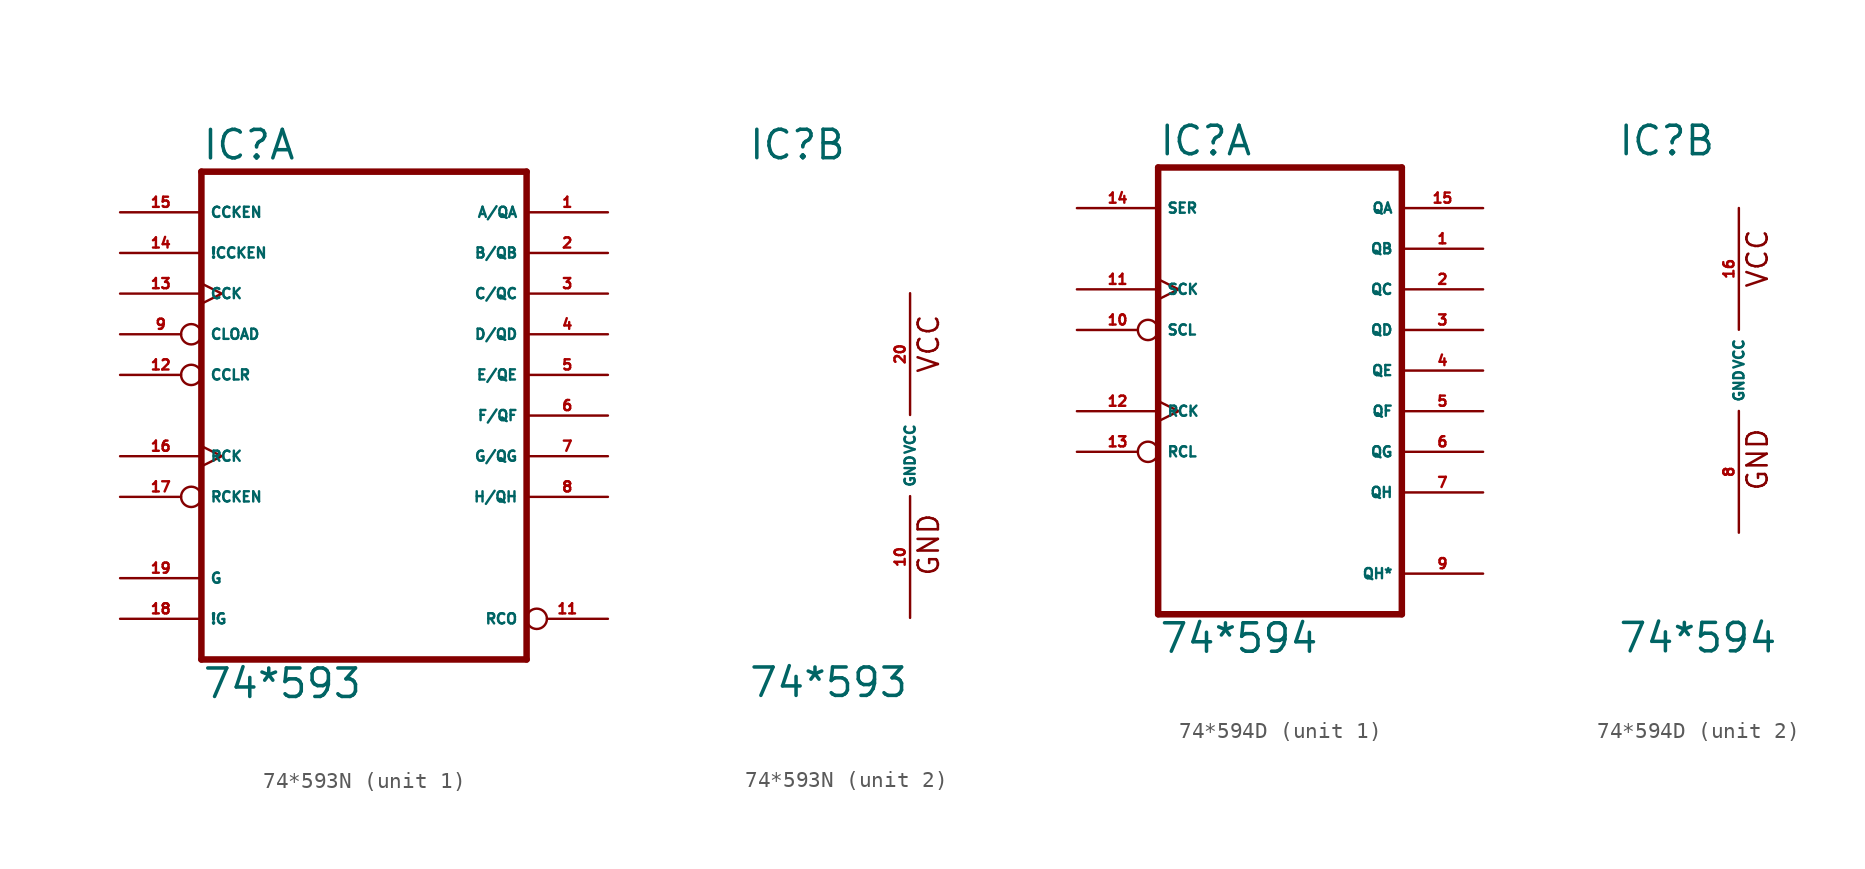
<source format=kicad_sym>
(kicad_symbol_lib
  (version 20220914)
  (generator Eagle2Kicad)
  (symbol "74*593N"
    (property "Reference" "IC"
      (at -10.16 18.415 0)
      (effects (font (size 1.778 1.778) (thickness 0.22)) (justify left bottom)))
    (property "Value" "74*593"
      (at -10.16 -15.24 0)
      (effects (font (size 1.778 1.778) (thickness 0.22)) (justify left bottom)))
    (symbol "74*593N_1_0"
      (polyline (pts (xy -10.16 -12.7) (xy 10.16 -12.7)) (stroke (width 0.406) (type default)) (fill (type none)))
      (polyline (pts (xy 10.16 -12.7) (xy 10.16 17.78)) (stroke (width 0.406) (type default)) (fill (type none)))
      (polyline (pts (xy 10.16 17.78) (xy -10.16 17.78)) (stroke (width 0.406) (type default)) (fill (type none)))
      (polyline (pts (xy -10.16 17.78) (xy -10.16 -12.7)) (stroke (width 0.406) (type default)) (fill (type none)))
      (pin bidirectional line (at 15.24 15.24 180) (length 5.08) (name "A/QA" (effects (font (size 0.635 0.635) (thickness 0.08)) (justify left bottom))) (number "1" (effects (font (size 0.635 0.635) (thickness 0.08)) (justify left bottom))))
      (pin bidirectional line (at 15.24 12.7 180) (length 5.08) (name "B/QB" (effects (font (size 0.635 0.635) (thickness 0.08)) (justify left bottom))) (number "2" (effects (font (size 0.635 0.635) (thickness 0.08)) (justify left bottom))))
      (pin bidirectional line (at 15.24 10.16 180) (length 5.08) (name "C/QC" (effects (font (size 0.635 0.635) (thickness 0.08)) (justify left bottom))) (number "3" (effects (font (size 0.635 0.635) (thickness 0.08)) (justify left bottom))))
      (pin bidirectional line (at 15.24 7.62 180) (length 5.08) (name "D/QD" (effects (font (size 0.635 0.635) (thickness 0.08)) (justify left bottom))) (number "4" (effects (font (size 0.635 0.635) (thickness 0.08)) (justify left bottom))))
      (pin bidirectional line (at 15.24 5.08 180) (length 5.08) (name "E/QE" (effects (font (size 0.635 0.635) (thickness 0.08)) (justify left bottom))) (number "5" (effects (font (size 0.635 0.635) (thickness 0.08)) (justify left bottom))))
      (pin bidirectional line (at 15.24 2.54 180) (length 5.08) (name "F/QF" (effects (font (size 0.635 0.635) (thickness 0.08)) (justify left bottom))) (number "6" (effects (font (size 0.635 0.635) (thickness 0.08)) (justify left bottom))))
      (pin bidirectional line (at 15.24 0 180) (length 5.08) (name "G/QG" (effects (font (size 0.635 0.635) (thickness 0.08)) (justify left bottom))) (number "7" (effects (font (size 0.635 0.635) (thickness 0.08)) (justify left bottom))))
      (pin bidirectional line (at 15.24 -2.54 180) (length 5.08) (name "H/QH" (effects (font (size 0.635 0.635) (thickness 0.08)) (justify left bottom))) (number "8" (effects (font (size 0.635 0.635) (thickness 0.08)) (justify left bottom))))
      (pin input inverted (at -15.24 7.62 0) (length 5.08) (name "CLOAD" (effects (font (size 0.635 0.635) (thickness 0.08)) (justify left bottom))) (number "9" (effects (font (size 0.635 0.635) (thickness 0.08)) (justify left bottom))))
      (pin output inverted (at 15.24 -10.16 180) (length 5.08) (name "RCO" (effects (font (size 0.635 0.635) (thickness 0.08)) (justify left bottom))) (number "11" (effects (font (size 0.635 0.635) (thickness 0.08)) (justify left bottom))))
      (pin input inverted (at -15.24 5.08 0) (length 5.08) (name "CCLR" (effects (font (size 0.635 0.635) (thickness 0.08)) (justify left bottom))) (number "12" (effects (font (size 0.635 0.635) (thickness 0.08)) (justify left bottom))))
      (pin input clock (at -15.24 10.16 0) (length 5.08) (name "CCK" (effects (font (size 0.635 0.635) (thickness 0.08)) (justify left bottom))) (number "13" (effects (font (size 0.635 0.635) (thickness 0.08)) (justify left bottom))))
      (pin input line (at -15.24 12.7 0) (length 5.08) (name "!CCKEN" (effects (font (size 0.635 0.635) (thickness 0.08)) (justify left bottom))) (number "14" (effects (font (size 0.635 0.635) (thickness 0.08)) (justify left bottom))))
      (pin input line (at -15.24 15.24 0) (length 5.08) (name "CCKEN" (effects (font (size 0.635 0.635) (thickness 0.08)) (justify left bottom))) (number "15" (effects (font (size 0.635 0.635) (thickness 0.08)) (justify left bottom))))
      (pin input clock (at -15.24 0 0) (length 5.08) (name "RCK" (effects (font (size 0.635 0.635) (thickness 0.08)) (justify left bottom))) (number "16" (effects (font (size 0.635 0.635) (thickness 0.08)) (justify left bottom))))
      (pin input inverted (at -15.24 -2.54 0) (length 5.08) (name "RCKEN" (effects (font (size 0.635 0.635) (thickness 0.08)) (justify left bottom))) (number "17" (effects (font (size 0.635 0.635) (thickness 0.08)) (justify left bottom))))
      (pin input line (at -15.24 -10.16 0) (length 5.08) (name "!G" (effects (font (size 0.635 0.635) (thickness 0.08)) (justify left bottom))) (number "18" (effects (font (size 0.635 0.635) (thickness 0.08)) (justify left bottom))))
      (pin input line (at -15.24 -7.62 0) (length 5.08) (name "G" (effects (font (size 0.635 0.635) (thickness 0.08)) (justify left bottom))) (number "19" (effects (font (size 0.635 0.635) (thickness 0.08)) (justify left bottom)))))
    (symbol "74*593N_2_0"
      (text "GND" (at 1.905 -7.62 900) (effects (font (size 1.27 1.27) (thickness 0.16)) (justify left bottom)))
      (text "VCC" (at 1.905 5.08 900) (effects (font (size 1.27 1.27) (thickness 0.16)) (justify left bottom)))
      (pin unspecified line (at 0 -10.16 90) (length 7.62) (name "GND" (effects (font (size 0.635 0.635) (thickness 0.08)) (justify left bottom))) (number "10" (effects (font (size 0.635 0.635) (thickness 0.08)) (justify left bottom))))
      (pin unspecified line (at 0 10.16 270) (length 7.62) (name "VCC" (effects (font (size 0.635 0.635) (thickness 0.08)) (justify left bottom))) (number "20" (effects (font (size 0.635 0.635) (thickness 0.08)) (justify left bottom))))))
  (symbol "74*594D"
    (property "Reference" "IC"
      (at -7.62 13.335 0)
      (effects (font (size 1.778 1.778) (thickness 0.22)) (justify left bottom)))
    (property "Value" "74*594"
      (at -7.62 -17.78 0)
      (effects (font (size 1.778 1.778) (thickness 0.22)) (justify left bottom)))
    (symbol "74*594D_1_0"
      (polyline (pts (xy -7.62 -15.24) (xy 7.62 -15.24)) (stroke (width 0.406) (type default)) (fill (type none)))
      (polyline (pts (xy 7.62 -15.24) (xy 7.62 12.7)) (stroke (width 0.406) (type default)) (fill (type none)))
      (polyline (pts (xy 7.62 12.7) (xy -7.62 12.7)) (stroke (width 0.406) (type default)) (fill (type none)))
      (polyline (pts (xy -7.62 12.7) (xy -7.62 -15.24)) (stroke (width 0.406) (type default)) (fill (type none)))
      (pin output line (at 12.7 7.62 180) (length 5.08) (name "QB" (effects (font (size 0.635 0.635) (thickness 0.08)) (justify left bottom))) (number "1" (effects (font (size 0.635 0.635) (thickness 0.08)) (justify left bottom))))
      (pin output line (at 12.7 5.08 180) (length 5.08) (name "QC" (effects (font (size 0.635 0.635) (thickness 0.08)) (justify left bottom))) (number "2" (effects (font (size 0.635 0.635) (thickness 0.08)) (justify left bottom))))
      (pin output line (at 12.7 2.54 180) (length 5.08) (name "QD" (effects (font (size 0.635 0.635) (thickness 0.08)) (justify left bottom))) (number "3" (effects (font (size 0.635 0.635) (thickness 0.08)) (justify left bottom))))
      (pin output line (at 12.7 0 180) (length 5.08) (name "QE" (effects (font (size 0.635 0.635) (thickness 0.08)) (justify left bottom))) (number "4" (effects (font (size 0.635 0.635) (thickness 0.08)) (justify left bottom))))
      (pin output line (at 12.7 -2.54 180) (length 5.08) (name "QF" (effects (font (size 0.635 0.635) (thickness 0.08)) (justify left bottom))) (number "5" (effects (font (size 0.635 0.635) (thickness 0.08)) (justify left bottom))))
      (pin output line (at 12.7 -5.08 180) (length 5.08) (name "QG" (effects (font (size 0.635 0.635) (thickness 0.08)) (justify left bottom))) (number "6" (effects (font (size 0.635 0.635) (thickness 0.08)) (justify left bottom))))
      (pin output line (at 12.7 -7.62 180) (length 5.08) (name "QH" (effects (font (size 0.635 0.635) (thickness 0.08)) (justify left bottom))) (number "7" (effects (font (size 0.635 0.635) (thickness 0.08)) (justify left bottom))))
      (pin input inverted (at -12.7 2.54 0) (length 5.08) (name "SCL" (effects (font (size 0.635 0.635) (thickness 0.08)) (justify left bottom))) (number "10" (effects (font (size 0.635 0.635) (thickness 0.08)) (justify left bottom))))
      (pin input clock (at -12.7 5.08 0) (length 5.08) (name "SCK" (effects (font (size 0.635 0.635) (thickness 0.08)) (justify left bottom))) (number "11" (effects (font (size 0.635 0.635) (thickness 0.08)) (justify left bottom))))
      (pin input clock (at -12.7 -2.54 0) (length 5.08) (name "RCK" (effects (font (size 0.635 0.635) (thickness 0.08)) (justify left bottom))) (number "12" (effects (font (size 0.635 0.635) (thickness 0.08)) (justify left bottom))))
      (pin input inverted (at -12.7 -5.08 0) (length 5.08) (name "RCL" (effects (font (size 0.635 0.635) (thickness 0.08)) (justify left bottom))) (number "13" (effects (font (size 0.635 0.635) (thickness 0.08)) (justify left bottom))))
      (pin input line (at -12.7 10.16 0) (length 5.08) (name "SER" (effects (font (size 0.635 0.635) (thickness 0.08)) (justify left bottom))) (number "14" (effects (font (size 0.635 0.635) (thickness 0.08)) (justify left bottom))))
      (pin output line (at 12.7 10.16 180) (length 5.08) (name "QA" (effects (font (size 0.635 0.635) (thickness 0.08)) (justify left bottom))) (number "15" (effects (font (size 0.635 0.635) (thickness 0.08)) (justify left bottom))))
      (pin output line (at 12.7 -12.7 180) (length 5.08) (name "QH*" (effects (font (size 0.635 0.635) (thickness 0.08)) (justify left bottom))) (number "9" (effects (font (size 0.635 0.635) (thickness 0.08)) (justify left bottom)))))
    (symbol "74*594D_2_0"
      (text "GND" (at 1.905 -7.62 900) (effects (font (size 1.27 1.27) (thickness 0.16)) (justify left bottom)))
      (text "VCC" (at 1.905 5.08 900) (effects (font (size 1.27 1.27) (thickness 0.16)) (justify left bottom)))
      (pin unspecified line (at 0 -10.16 90) (length 7.62) (name "GND" (effects (font (size 0.635 0.635) (thickness 0.08)) (justify left bottom))) (number "8" (effects (font (size 0.635 0.635) (thickness 0.08)) (justify left bottom))))
      (pin unspecified line (at 0 10.16 270) (length 7.62) (name "VCC" (effects (font (size 0.635 0.635) (thickness 0.08)) (justify left bottom))) (number "16" (effects (font (size 0.635 0.635) (thickness 0.08)) (justify left bottom)))))))
</source>
